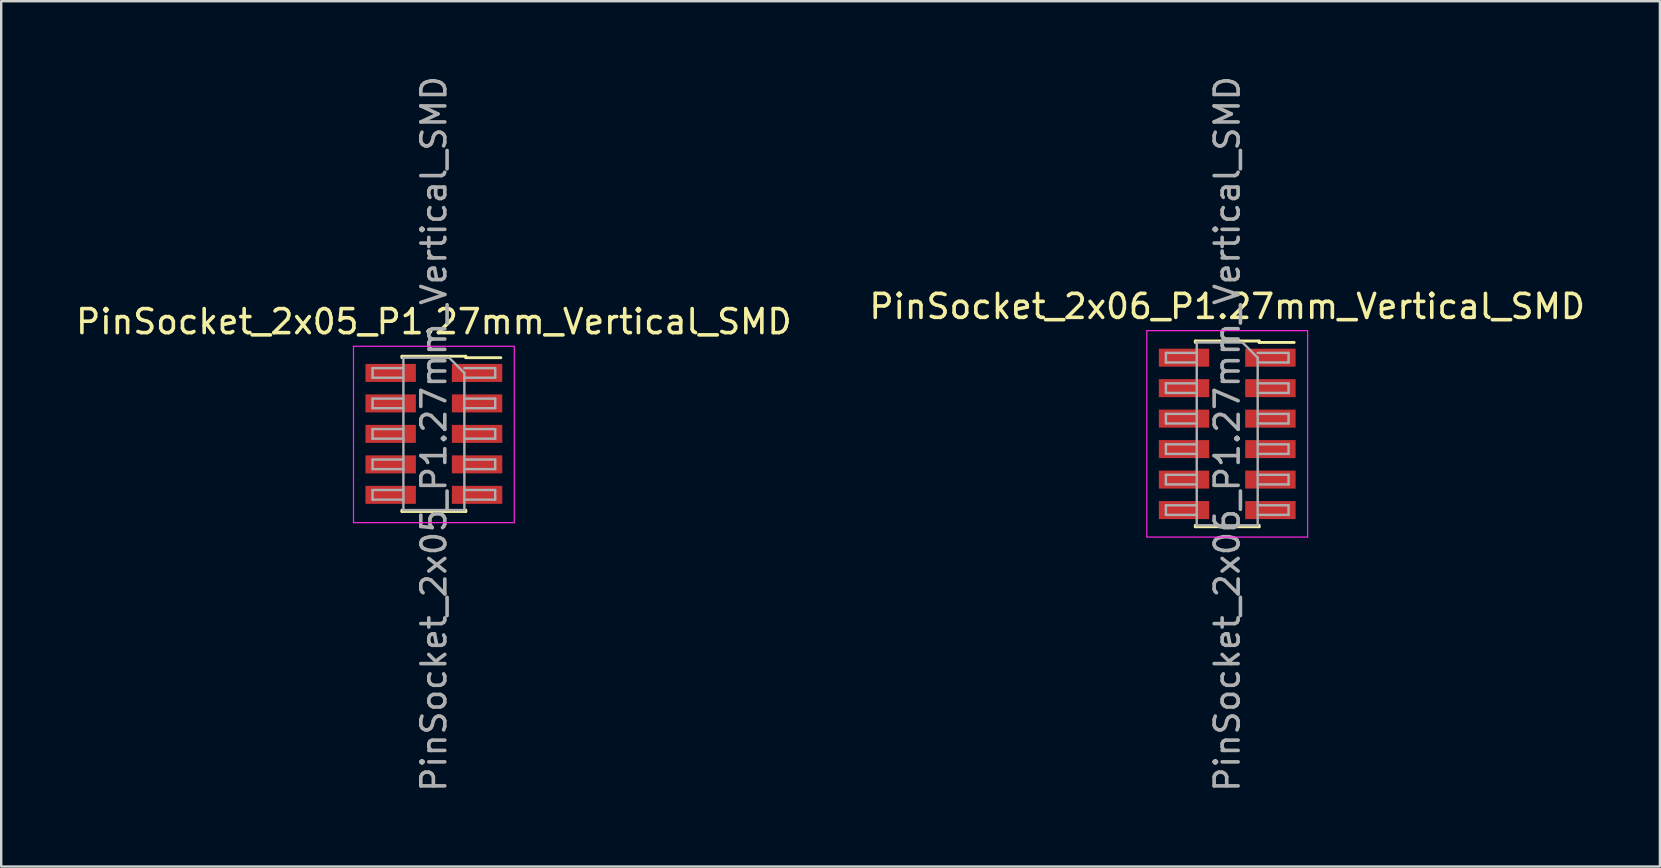
<source format=kicad_pcb>
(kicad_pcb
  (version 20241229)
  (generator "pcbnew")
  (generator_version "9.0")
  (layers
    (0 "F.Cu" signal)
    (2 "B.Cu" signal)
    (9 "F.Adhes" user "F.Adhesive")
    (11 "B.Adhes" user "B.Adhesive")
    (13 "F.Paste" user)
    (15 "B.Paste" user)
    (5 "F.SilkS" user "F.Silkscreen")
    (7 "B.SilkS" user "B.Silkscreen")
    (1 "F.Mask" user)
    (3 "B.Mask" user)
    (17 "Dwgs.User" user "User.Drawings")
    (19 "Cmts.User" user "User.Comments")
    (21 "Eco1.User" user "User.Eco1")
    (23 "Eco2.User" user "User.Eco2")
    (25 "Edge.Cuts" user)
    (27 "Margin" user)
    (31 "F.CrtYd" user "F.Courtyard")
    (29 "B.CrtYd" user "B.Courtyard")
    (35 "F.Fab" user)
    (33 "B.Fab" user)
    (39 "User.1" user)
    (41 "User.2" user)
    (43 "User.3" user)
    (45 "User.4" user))
  (footprint "PinSocket_2x05_P1.27mm_Vertical_SMD"
    (layer "F.Cu")
    (at 15.03 15.03)
    (property "Reference" "PinSocket_2x05_P1.27mm_Vertical_SMD" (at 0 -4.675 0) (layer "F.SilkS") (effects (font (size 1 1) (thickness 0.15))))
    (attr smd)
    (fp_line (start -1.33 -3.235) (end -1.33 -3.175) (stroke (width 0.12) (type solid)) (layer "F.SilkS"))
    (fp_line (start -1.33 -3.235) (end 1.33 -3.235) (stroke (width 0.12) (type solid)) (layer "F.SilkS"))
    (fp_line (start -1.33 3.175) (end -1.33 3.235) (stroke (width 0.12) (type solid)) (layer "F.SilkS"))
    (fp_line (start -1.33 3.235) (end 1.33 3.235) (stroke (width 0.12) (type solid)) (layer "F.SilkS"))
    (fp_line (start 1.33 -3.235) (end 1.33 -3.175) (stroke (width 0.12) (type solid)) (layer "F.SilkS"))
    (fp_line (start 1.33 -3.175) (end 2.79 -3.175) (stroke (width 0.12) (type solid)) (layer "F.SilkS"))
    (fp_line (start 1.33 3.175) (end 1.33 3.235) (stroke (width 0.12) (type solid)) (layer "F.SilkS"))
    (fp_line (start -3.35 -3.65) (end 3.35 -3.65) (stroke (width 0.05) (type solid)) (layer "F.CrtYd"))
    (fp_line (start -3.35 3.7) (end -3.35 -3.65) (stroke (width 0.05) (type solid)) (layer "F.CrtYd"))
    (fp_line (start 3.35 -3.65) (end 3.35 3.7) (stroke (width 0.05) (type solid)) (layer "F.CrtYd"))
    (fp_line (start 3.35 3.7) (end -3.35 3.7) (stroke (width 0.05) (type solid)) (layer "F.CrtYd"))
    (fp_line (start -2.555 -2.74) (end -1.27 -2.74) (stroke (width 0.1) (type solid)) (layer "F.Fab"))
    (fp_line (start -2.555 -2.34) (end -2.555 -2.74) (stroke (width 0.1) (type solid)) (layer "F.Fab"))
    (fp_line (start -2.555 -1.47) (end -1.27 -1.47) (stroke (width 0.1) (type solid)) (layer "F.Fab"))
    (fp_line (start -2.555 -1.07) (end -2.555 -1.47) (stroke (width 0.1) (type solid)) (layer "F.Fab"))
    (fp_line (start -2.555 -0.2) (end -1.27 -0.2) (stroke (width 0.1) (type solid)) (layer "F.Fab"))
    (fp_line (start -2.555 0.2) (end -2.555 -0.2) (stroke (width 0.1) (type solid)) (layer "F.Fab"))
    (fp_line (start -2.555 1.07) (end -1.27 1.07) (stroke (width 0.1) (type solid)) (layer "F.Fab"))
    (fp_line (start -2.555 1.47) (end -2.555 1.07) (stroke (width 0.1) (type solid)) (layer "F.Fab"))
    (fp_line (start -2.555 2.34) (end -1.27 2.34) (stroke (width 0.1) (type solid)) (layer "F.Fab"))
    (fp_line (start -2.555 2.74) (end -2.555 2.34) (stroke (width 0.1) (type solid)) (layer "F.Fab"))
    (fp_line (start -1.27 -3.175) (end 0.635 -3.175) (stroke (width 0.1) (type solid)) (layer "F.Fab"))
    (fp_line (start -1.27 -2.34) (end -2.555 -2.34) (stroke (width 0.1) (type solid)) (layer "F.Fab"))
    (fp_line (start -1.27 -1.07) (end -2.555 -1.07) (stroke (width 0.1) (type solid)) (layer "F.Fab"))
    (fp_line (start -1.27 0.2) (end -2.555 0.2) (stroke (width 0.1) (type solid)) (layer "F.Fab"))
    (fp_line (start -1.27 1.47) (end -2.555 1.47) (stroke (width 0.1) (type solid)) (layer "F.Fab"))
    (fp_line (start -1.27 2.74) (end -2.555 2.74) (stroke (width 0.1) (type solid)) (layer "F.Fab"))
    (fp_line (start -1.27 3.175) (end -1.27 -3.175) (stroke (width 0.1) (type solid)) (layer "F.Fab"))
    (fp_line (start 0.635 -3.175) (end 1.27 -2.54) (stroke (width 0.1) (type solid)) (layer "F.Fab"))
    (fp_line (start 1.27 -2.74) (end 2.555 -2.74) (stroke (width 0.1) (type solid)) (layer "F.Fab"))
    (fp_line (start 1.27 -2.54) (end 1.27 3.175) (stroke (width 0.1) (type solid)) (layer "F.Fab"))
    (fp_line (start 1.27 -1.47) (end 2.555 -1.47) (stroke (width 0.1) (type solid)) (layer "F.Fab"))
    (fp_line (start 1.27 -0.2) (end 2.555 -0.2) (stroke (width 0.1) (type solid)) (layer "F.Fab"))
    (fp_line (start 1.27 1.07) (end 2.555 1.07) (stroke (width 0.1) (type solid)) (layer "F.Fab"))
    (fp_line (start 1.27 2.34) (end 2.555 2.34) (stroke (width 0.1) (type solid)) (layer "F.Fab"))
    (fp_line (start 1.27 3.175) (end -1.27 3.175) (stroke (width 0.1) (type solid)) (layer "F.Fab"))
    (fp_line (start 2.555 -2.74) (end 2.555 -2.34) (stroke (width 0.1) (type solid)) (layer "F.Fab"))
    (fp_line (start 2.555 -2.34) (end 1.27 -2.34) (stroke (width 0.1) (type solid)) (layer "F.Fab"))
    (fp_line (start 2.555 -1.47) (end 2.555 -1.07) (stroke (width 0.1) (type solid)) (layer "F.Fab"))
    (fp_line (start 2.555 -1.07) (end 1.27 -1.07) (stroke (width 0.1) (type solid)) (layer "F.Fab"))
    (fp_line (start 2.555 -0.2) (end 2.555 0.2) (stroke (width 0.1) (type solid)) (layer "F.Fab"))
    (fp_line (start 2.555 0.2) (end 1.27 0.2) (stroke (width 0.1) (type solid)) (layer "F.Fab"))
    (fp_line (start 2.555 1.07) (end 2.555 1.47) (stroke (width 0.1) (type solid)) (layer "F.Fab"))
    (fp_line (start 2.555 1.47) (end 1.27 1.47) (stroke (width 0.1) (type solid)) (layer "F.Fab"))
    (fp_line (start 2.555 2.34) (end 2.555 2.74) (stroke (width 0.1) (type solid)) (layer "F.Fab"))
    (fp_line (start 2.555 2.74) (end 1.27 2.74) (stroke (width 0.1) (type solid)) (layer "F.Fab"))
    (fp_text user "${REFERENCE}" (at 0 0 90) (layer "F.Fab") (effects (font (size 1 1) (thickness 0.15))))
    (pad "1" smd rect (at 1.8 -2.54) (size 2.1 0.75) (layers "F.Cu" "F.Mask" "F.Paste"))
    (pad "2" smd rect (at -1.8 -2.54) (size 2.1 0.75) (layers "F.Cu" "F.Mask" "F.Paste"))
    (pad "3" smd rect (at 1.8 -1.27) (size 2.1 0.75) (layers "F.Cu" "F.Mask" "F.Paste"))
    (pad "4" smd rect (at -1.8 -1.27) (size 2.1 0.75) (layers "F.Cu" "F.Mask" "F.Paste"))
    (pad "5" smd rect (at 1.8 0) (size 2.1 0.75) (layers "F.Cu" "F.Mask" "F.Paste"))
    (pad "6" smd rect (at -1.8 0) (size 2.1 0.75) (layers "F.Cu" "F.Mask" "F.Paste"))
    (pad "7" smd rect (at 1.8 1.27) (size 2.1 0.75) (layers "F.Cu" "F.Mask" "F.Paste"))
    (pad "8" smd rect (at -1.8 1.27) (size 2.1 0.75) (layers "F.Cu" "F.Mask" "F.Paste"))
    (pad "9" smd rect (at 1.8 2.54) (size 2.1 0.75) (layers "F.Cu" "F.Mask" "F.Paste"))
    (pad "10" smd rect (at -1.8 2.54) (size 2.1 0.75) (layers "F.Cu" "F.Mask" "F.Paste")))
  (footprint "PinSocket_2x06_P1.27mm_Vertical_SMD"
    (layer "F.Cu")
    (at 48.089 15.03)
    (property "Reference" "PinSocket_2x06_P1.27mm_Vertical_SMD" (at 0 -5.31 0) (layer "F.SilkS") (effects (font (size 1 1) (thickness 0.15))))
    (attr smd)
    (fp_line (start -1.33 -3.87) (end -1.33 -3.81) (stroke (width 0.12) (type solid)) (layer "F.SilkS"))
    (fp_line (start -1.33 -3.87) (end 1.33 -3.87) (stroke (width 0.12) (type solid)) (layer "F.SilkS"))
    (fp_line (start -1.33 3.81) (end -1.33 3.87) (stroke (width 0.12) (type solid)) (layer "F.SilkS"))
    (fp_line (start -1.33 3.87) (end 1.33 3.87) (stroke (width 0.12) (type solid)) (layer "F.SilkS"))
    (fp_line (start 1.33 -3.87) (end 1.33 -3.81) (stroke (width 0.12) (type solid)) (layer "F.SilkS"))
    (fp_line (start 1.33 -3.81) (end 2.79 -3.81) (stroke (width 0.12) (type solid)) (layer "F.SilkS"))
    (fp_line (start 1.33 3.81) (end 1.33 3.87) (stroke (width 0.12) (type solid)) (layer "F.SilkS"))
    (fp_line (start -3.35 -4.3) (end 3.35 -4.3) (stroke (width 0.05) (type solid)) (layer "F.CrtYd"))
    (fp_line (start -3.35 4.3) (end -3.35 -4.3) (stroke (width 0.05) (type solid)) (layer "F.CrtYd"))
    (fp_line (start 3.35 -4.3) (end 3.35 4.3) (stroke (width 0.05) (type solid)) (layer "F.CrtYd"))
    (fp_line (start 3.35 4.3) (end -3.35 4.3) (stroke (width 0.05) (type solid)) (layer "F.CrtYd"))
    (fp_line (start -2.555 -3.375) (end -1.27 -3.375) (stroke (width 0.1) (type solid)) (layer "F.Fab"))
    (fp_line (start -2.555 -2.975) (end -2.555 -3.375) (stroke (width 0.1) (type solid)) (layer "F.Fab"))
    (fp_line (start -2.555 -2.105) (end -1.27 -2.105) (stroke (width 0.1) (type solid)) (layer "F.Fab"))
    (fp_line (start -2.555 -1.705) (end -2.555 -2.105) (stroke (width 0.1) (type solid)) (layer "F.Fab"))
    (fp_line (start -2.555 -0.835) (end -1.27 -0.835) (stroke (width 0.1) (type solid)) (layer "F.Fab"))
    (fp_line (start -2.555 -0.435) (end -2.555 -0.835) (stroke (width 0.1) (type solid)) (layer "F.Fab"))
    (fp_line (start -2.555 0.435) (end -1.27 0.435) (stroke (width 0.1) (type solid)) (layer "F.Fab"))
    (fp_line (start -2.555 0.835) (end -2.555 0.435) (stroke (width 0.1) (type solid)) (layer "F.Fab"))
    (fp_line (start -2.555 1.705) (end -1.27 1.705) (stroke (width 0.1) (type solid)) (layer "F.Fab"))
    (fp_line (start -2.555 2.105) (end -2.555 1.705) (stroke (width 0.1) (type solid)) (layer "F.Fab"))
    (fp_line (start -2.555 2.975) (end -1.27 2.975) (stroke (width 0.1) (type solid)) (layer "F.Fab"))
    (fp_line (start -2.555 3.375) (end -2.555 2.975) (stroke (width 0.1) (type solid)) (layer "F.Fab"))
    (fp_line (start -1.27 -3.81) (end 0.635 -3.81) (stroke (width 0.1) (type solid)) (layer "F.Fab"))
    (fp_line (start -1.27 -2.975) (end -2.555 -2.975) (stroke (width 0.1) (type solid)) (layer "F.Fab"))
    (fp_line (start -1.27 -1.705) (end -2.555 -1.705) (stroke (width 0.1) (type solid)) (layer "F.Fab"))
    (fp_line (start -1.27 -0.435) (end -2.555 -0.435) (stroke (width 0.1) (type solid)) (layer "F.Fab"))
    (fp_line (start -1.27 0.835) (end -2.555 0.835) (stroke (width 0.1) (type solid)) (layer "F.Fab"))
    (fp_line (start -1.27 2.105) (end -2.555 2.105) (stroke (width 0.1) (type solid)) (layer "F.Fab"))
    (fp_line (start -1.27 3.375) (end -2.555 3.375) (stroke (width 0.1) (type solid)) (layer "F.Fab"))
    (fp_line (start -1.27 3.81) (end -1.27 -3.81) (stroke (width 0.1) (type solid)) (layer "F.Fab"))
    (fp_line (start 0.635 -3.81) (end 1.27 -3.175) (stroke (width 0.1) (type solid)) (layer "F.Fab"))
    (fp_line (start 1.27 -3.375) (end 2.555 -3.375) (stroke (width 0.1) (type solid)) (layer "F.Fab"))
    (fp_line (start 1.27 -3.175) (end 1.27 3.81) (stroke (width 0.1) (type solid)) (layer "F.Fab"))
    (fp_line (start 1.27 -2.105) (end 2.555 -2.105) (stroke (width 0.1) (type solid)) (layer "F.Fab"))
    (fp_line (start 1.27 -0.835) (end 2.555 -0.835) (stroke (width 0.1) (type solid)) (layer "F.Fab"))
    (fp_line (start 1.27 0.435) (end 2.555 0.435) (stroke (width 0.1) (type solid)) (layer "F.Fab"))
    (fp_line (start 1.27 1.705) (end 2.555 1.705) (stroke (width 0.1) (type solid)) (layer "F.Fab"))
    (fp_line (start 1.27 2.975) (end 2.555 2.975) (stroke (width 0.1) (type solid)) (layer "F.Fab"))
    (fp_line (start 1.27 3.81) (end -1.27 3.81) (stroke (width 0.1) (type solid)) (layer "F.Fab"))
    (fp_line (start 2.555 -3.375) (end 2.555 -2.975) (stroke (width 0.1) (type solid)) (layer "F.Fab"))
    (fp_line (start 2.555 -2.975) (end 1.27 -2.975) (stroke (width 0.1) (type solid)) (layer "F.Fab"))
    (fp_line (start 2.555 -2.105) (end 2.555 -1.705) (stroke (width 0.1) (type solid)) (layer "F.Fab"))
    (fp_line (start 2.555 -1.705) (end 1.27 -1.705) (stroke (width 0.1) (type solid)) (layer "F.Fab"))
    (fp_line (start 2.555 -0.835) (end 2.555 -0.435) (stroke (width 0.1) (type solid)) (layer "F.Fab"))
    (fp_line (start 2.555 -0.435) (end 1.27 -0.435) (stroke (width 0.1) (type solid)) (layer "F.Fab"))
    (fp_line (start 2.555 0.435) (end 2.555 0.835) (stroke (width 0.1) (type solid)) (layer "F.Fab"))
    (fp_line (start 2.555 0.835) (end 1.27 0.835) (stroke (width 0.1) (type solid)) (layer "F.Fab"))
    (fp_line (start 2.555 1.705) (end 2.555 2.105) (stroke (width 0.1) (type solid)) (layer "F.Fab"))
    (fp_line (start 2.555 2.105) (end 1.27 2.105) (stroke (width 0.1) (type solid)) (layer "F.Fab"))
    (fp_line (start 2.555 2.975) (end 2.555 3.375) (stroke (width 0.1) (type solid)) (layer "F.Fab"))
    (fp_line (start 2.555 3.375) (end 1.27 3.375) (stroke (width 0.1) (type solid)) (layer "F.Fab"))
    (fp_text user "${REFERENCE}" (at 0 0 90) (layer "F.Fab") (effects (font (size 1 1) (thickness 0.15))))
    (pad "1" smd rect (at 1.8 -3.175) (size 2.1 0.75) (layers "F.Cu" "F.Mask" "F.Paste"))
    (pad "2" smd rect (at -1.8 -3.175) (size 2.1 0.75) (layers "F.Cu" "F.Mask" "F.Paste"))
    (pad "3" smd rect (at 1.8 -1.905) (size 2.1 0.75) (layers "F.Cu" "F.Mask" "F.Paste"))
    (pad "4" smd rect (at -1.8 -1.905) (size 2.1 0.75) (layers "F.Cu" "F.Mask" "F.Paste"))
    (pad "5" smd rect (at 1.8 -0.635) (size 2.1 0.75) (layers "F.Cu" "F.Mask" "F.Paste"))
    (pad "6" smd rect (at -1.8 -0.635) (size 2.1 0.75) (layers "F.Cu" "F.Mask" "F.Paste"))
    (pad "7" smd rect (at 1.8 0.635) (size 2.1 0.75) (layers "F.Cu" "F.Mask" "F.Paste"))
    (pad "8" smd rect (at -1.8 0.635) (size 2.1 0.75) (layers "F.Cu" "F.Mask" "F.Paste"))
    (pad "9" smd rect (at 1.8 1.905) (size 2.1 0.75) (layers "F.Cu" "F.Mask" "F.Paste"))
    (pad "10" smd rect (at -1.8 1.905) (size 2.1 0.75) (layers "F.Cu" "F.Mask" "F.Paste"))
    (pad "11" smd rect (at 1.8 3.175) (size 2.1 0.75) (layers "F.Cu" "F.Mask" "F.Paste"))
    (pad "12" smd rect (at -1.8 3.175) (size 2.1 0.75) (layers "F.Cu" "F.Mask" "F.Paste")))
  (gr_rect
    (start -3 -3)
    (end 66.119 33.06)
    (stroke (width 0.1) (type default))
    (fill no)
    (layer "Edge.Cuts")))
</source>
